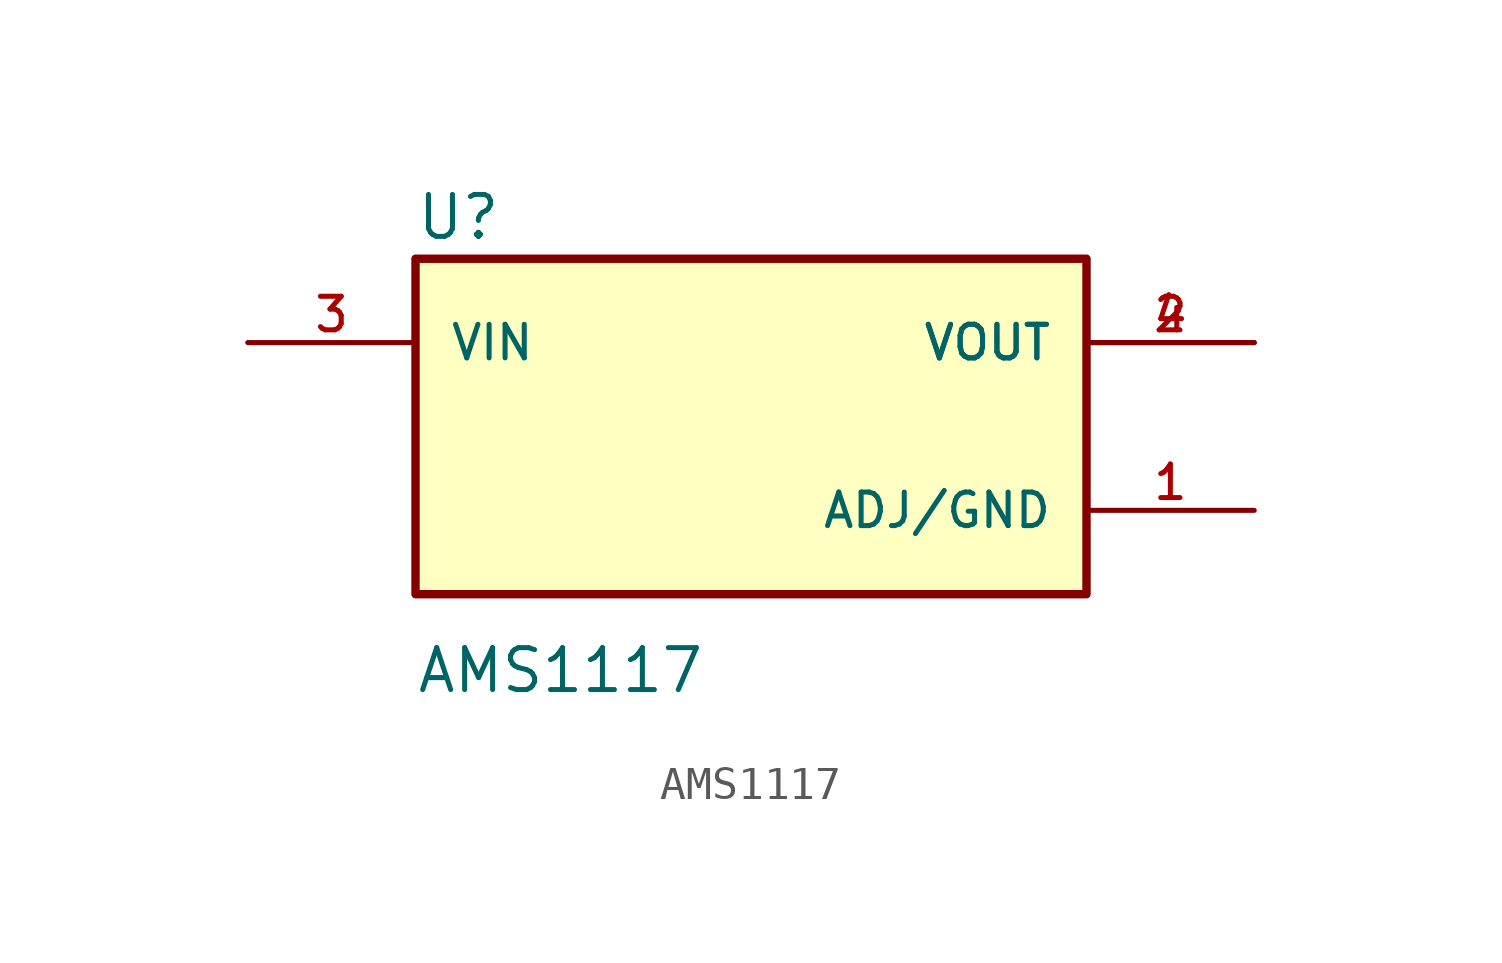
<source format=kicad_sym>
(kicad_symbol_lib
  (version 20211014)
  (generator kicad_symbol_editor)
  (symbol "AMS1117"
    (pin_names
      (offset 1.016))
    (property "Reference" "U"
      (at -10.169 5.593 0)
      (effects (font (size 1.27 1.27)) (justify bottom left)))
    (property "Value" "AMS1117"
      (at -10.163 -8.131 0)
      (effects (font (size 1.27 1.27)) (justify bottom left)))
    (symbol "AMS1117_0_0"
      (rectangle (start -10.16 -5.08) (end 10.16 5.08) (stroke (width 0.254)) (fill (type background)))
      (pin input line (at -15.24 2.54 0) (length 5.08) (name "VIN" (effects (font (size 1.016 1.016)))) (number "3" (effects (font (size 1.016 1.016)))))
      (pin output line (at 15.24 2.54 180.0) (length 5.08) (name "VOUT" (effects (font (size 1.016 1.016)))) (number "2" (effects (font (size 1.016 1.016)))))
      (pin output line (at 15.24 2.54 180.0) (length 5.08) (name "VOUT" (effects (font (size 1.016 1.016)))) (number "4" (effects (font (size 1.016 1.016)))))
      (pin power_in line (at 15.24 -2.54 180.0) (length 5.08) (name "ADJ/GND" (effects (font (size 1.016 1.016)))) (number "1" (effects (font (size 1.016 1.016))))))))
</source>
